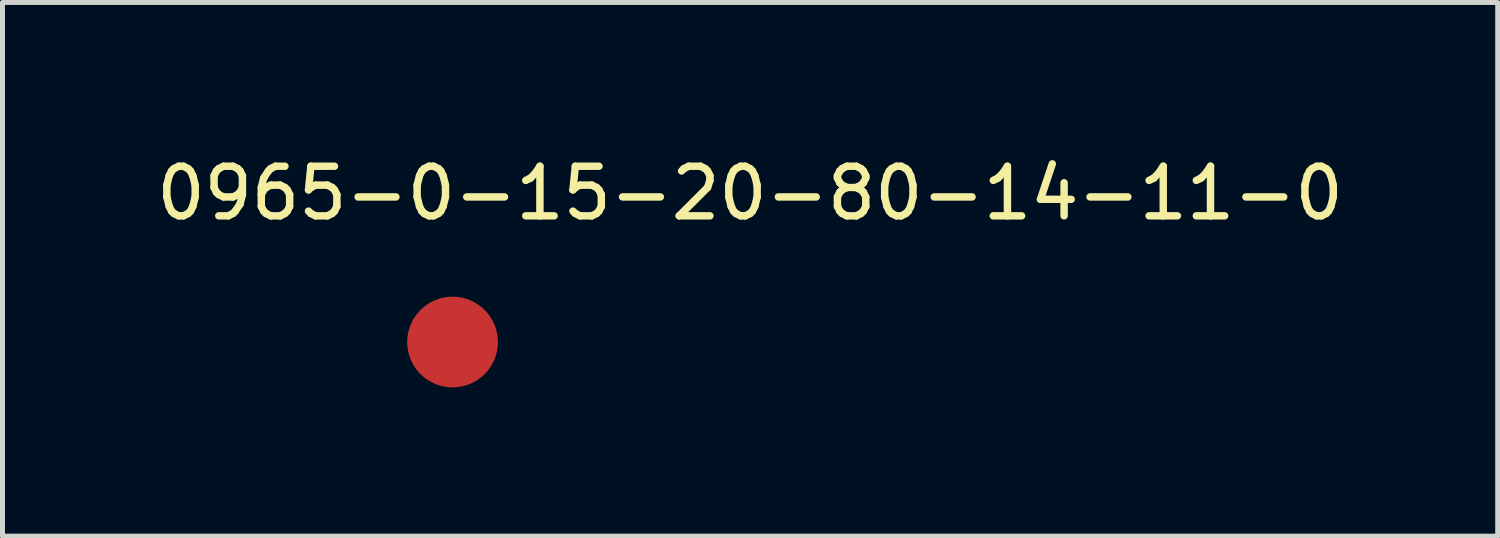
<source format=kicad_pcb>
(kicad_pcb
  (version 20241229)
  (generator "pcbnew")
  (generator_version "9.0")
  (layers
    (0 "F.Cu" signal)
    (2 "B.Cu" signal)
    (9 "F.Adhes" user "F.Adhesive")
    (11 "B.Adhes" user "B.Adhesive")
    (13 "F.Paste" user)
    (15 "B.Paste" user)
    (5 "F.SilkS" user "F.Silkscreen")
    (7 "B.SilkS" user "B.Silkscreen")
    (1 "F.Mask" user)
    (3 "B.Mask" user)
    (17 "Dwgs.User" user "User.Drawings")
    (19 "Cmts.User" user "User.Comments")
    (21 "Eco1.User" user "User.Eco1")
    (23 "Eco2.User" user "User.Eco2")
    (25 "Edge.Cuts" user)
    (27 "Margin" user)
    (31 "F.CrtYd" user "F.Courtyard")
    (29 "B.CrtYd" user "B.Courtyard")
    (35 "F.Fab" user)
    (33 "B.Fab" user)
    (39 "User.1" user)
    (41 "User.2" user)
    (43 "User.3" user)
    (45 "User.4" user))
  (footprint "0965-0-15-20-80-14-11-0"
    (layer "F.Cu")
    (at 6.077 3.848)
    (property "Reference" "0965-0-15-20-80-14-11-0" (at 6 -3 0) (unlocked yes) (layer "F.SilkS") (effects (font (size 1 1) (thickness 0.15))))
    (attr smd)
    (pad "1" smd circle (at 0 0) (size 1.83 1.83) (layers "F.Cu" "F.Mask" "F.Paste")))
  (gr_rect
    (start -3 -3)
    (end 27.155 7.763)
    (stroke (width 0.1) (type default))
    (fill no)
    (layer "Edge.Cuts")))
</source>
